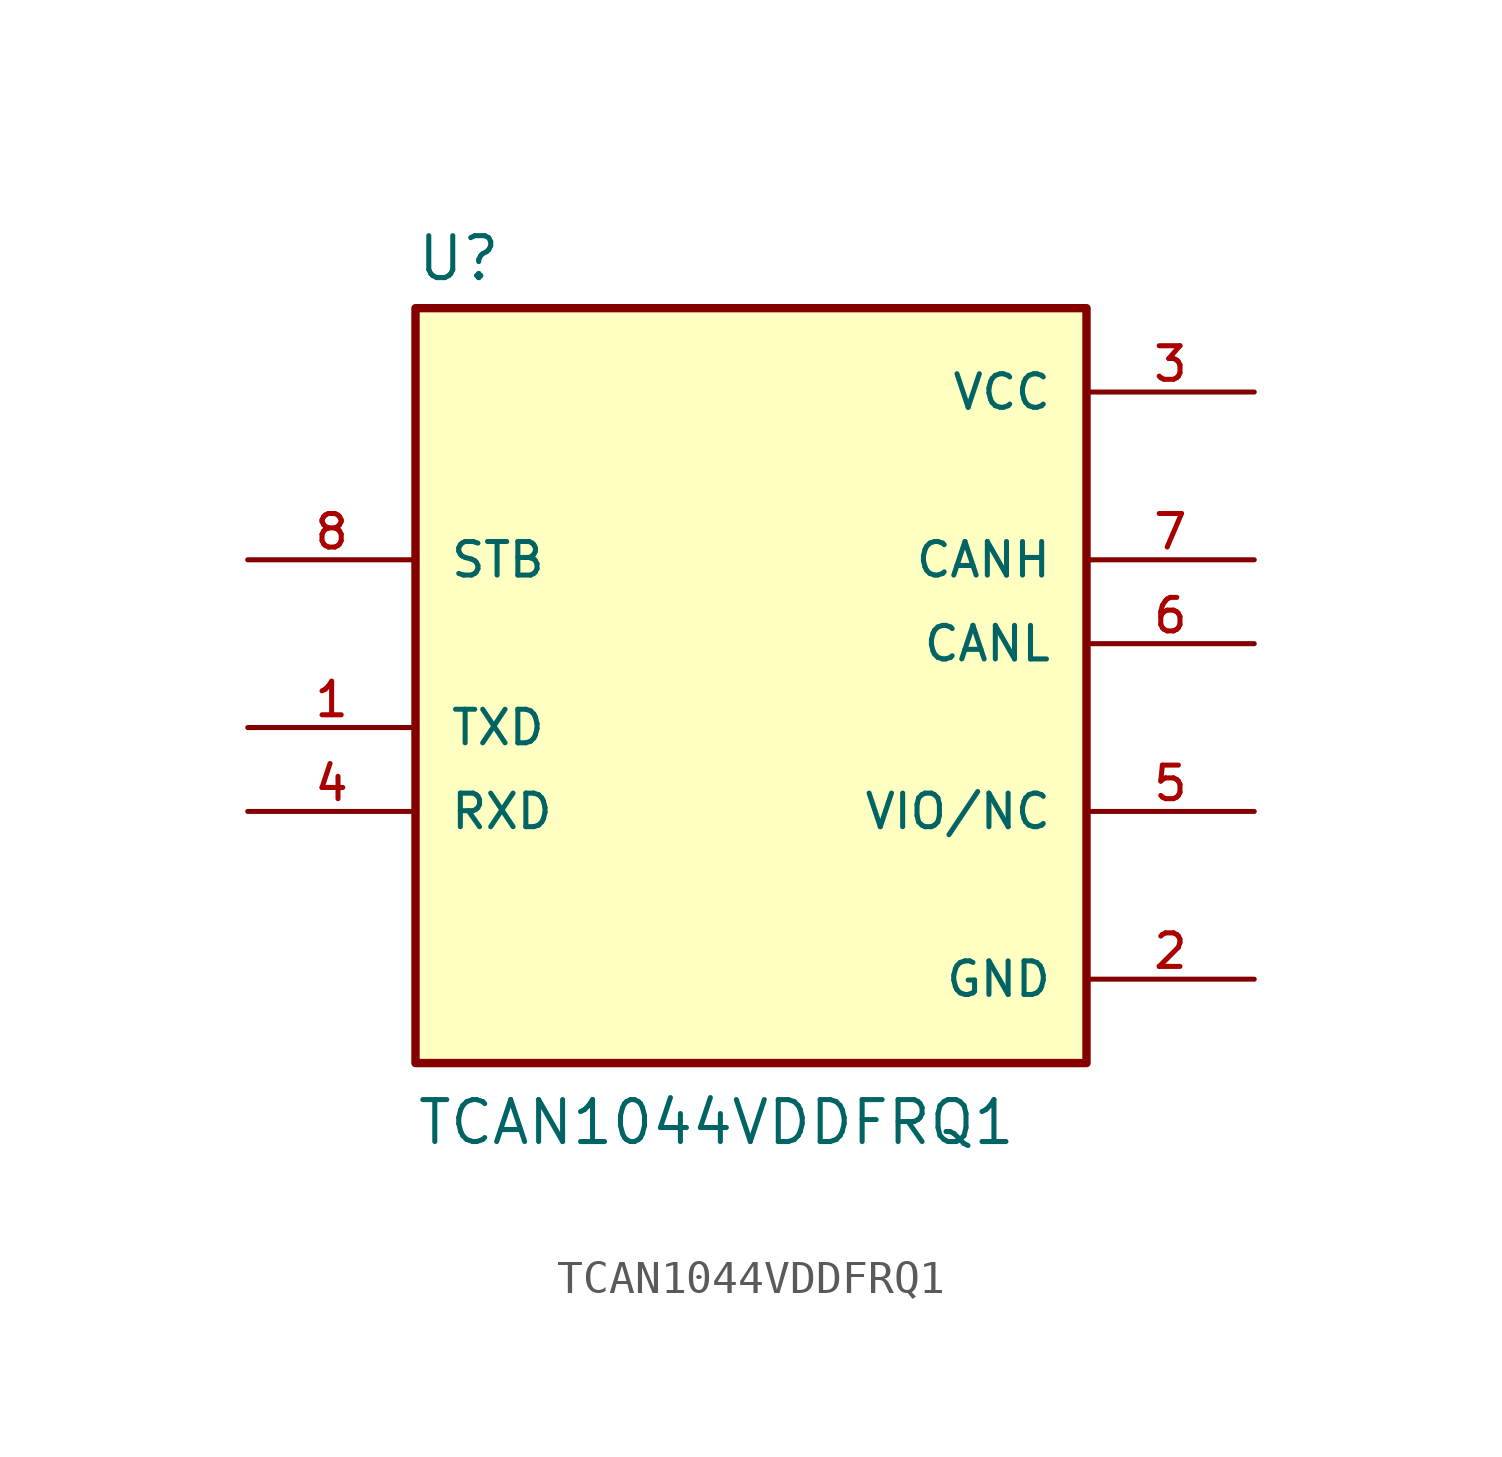
<source format=kicad_sym>
(kicad_symbol_lib
  (version 20231120)
  (generator "kicad_symbol_editor")
  (generator_version "8.0")
  (symbol "TCAN1044VDDFRQ1"
    (pin_names
      (offset 1.016))
    (property "Reference" "U"
      (at -10.16 13.462 0)
      (effects (font (size 1.27 1.27)) (justify left bottom)))
    (property "Value" "TCAN1044VDDFRQ1"
      (at -10.16 -12.7 0)
      (effects (font (size 1.27 1.27)) (justify left bottom)))
    (symbol "TCAN1044VDDFRQ1_0_0"
      (rectangle (start -10.16 -10.16) (end 10.16 12.7) (stroke (width 0.254) (type default)) (fill (type background)))
      (pin input line (at -15.24 0 0) (length 5.08) (name "TXD" (effects (font (size 1.016 1.016)))) (number "1" (effects (font (size 1.016 1.016)))))
      (pin power_in line (at 15.24 -7.62 180) (length 5.08) (name "GND" (effects (font (size 1.016 1.016)))) (number "2" (effects (font (size 1.016 1.016)))))
      (pin power_in line (at 15.24 10.16 180) (length 5.08) (name "VCC" (effects (font (size 1.016 1.016)))) (number "3" (effects (font (size 1.016 1.016)))))
      (pin output line (at -15.24 -2.54 0) (length 5.08) (name "RXD" (effects (font (size 1.016 1.016)))) (number "4" (effects (font (size 1.016 1.016)))))
      (pin passive line (at 15.24 -2.54 180) (length 5.08) (name "VIO/NC" (effects (font (size 1.016 1.016)))) (number "5" (effects (font (size 1.016 1.016)))))
      (pin bidirectional line (at 15.24 2.54 180) (length 5.08) (name "CANL" (effects (font (size 1.016 1.016)))) (number "6" (effects (font (size 1.016 1.016)))))
      (pin bidirectional line (at 15.24 5.08 180) (length 5.08) (name "CANH" (effects (font (size 1.016 1.016)))) (number "7" (effects (font (size 1.016 1.016)))))
      (pin input line (at -15.24 5.08 0) (length 5.08) (name "STB" (effects (font (size 1.016 1.016)))) (number "8" (effects (font (size 1.016 1.016))))))))
</source>
